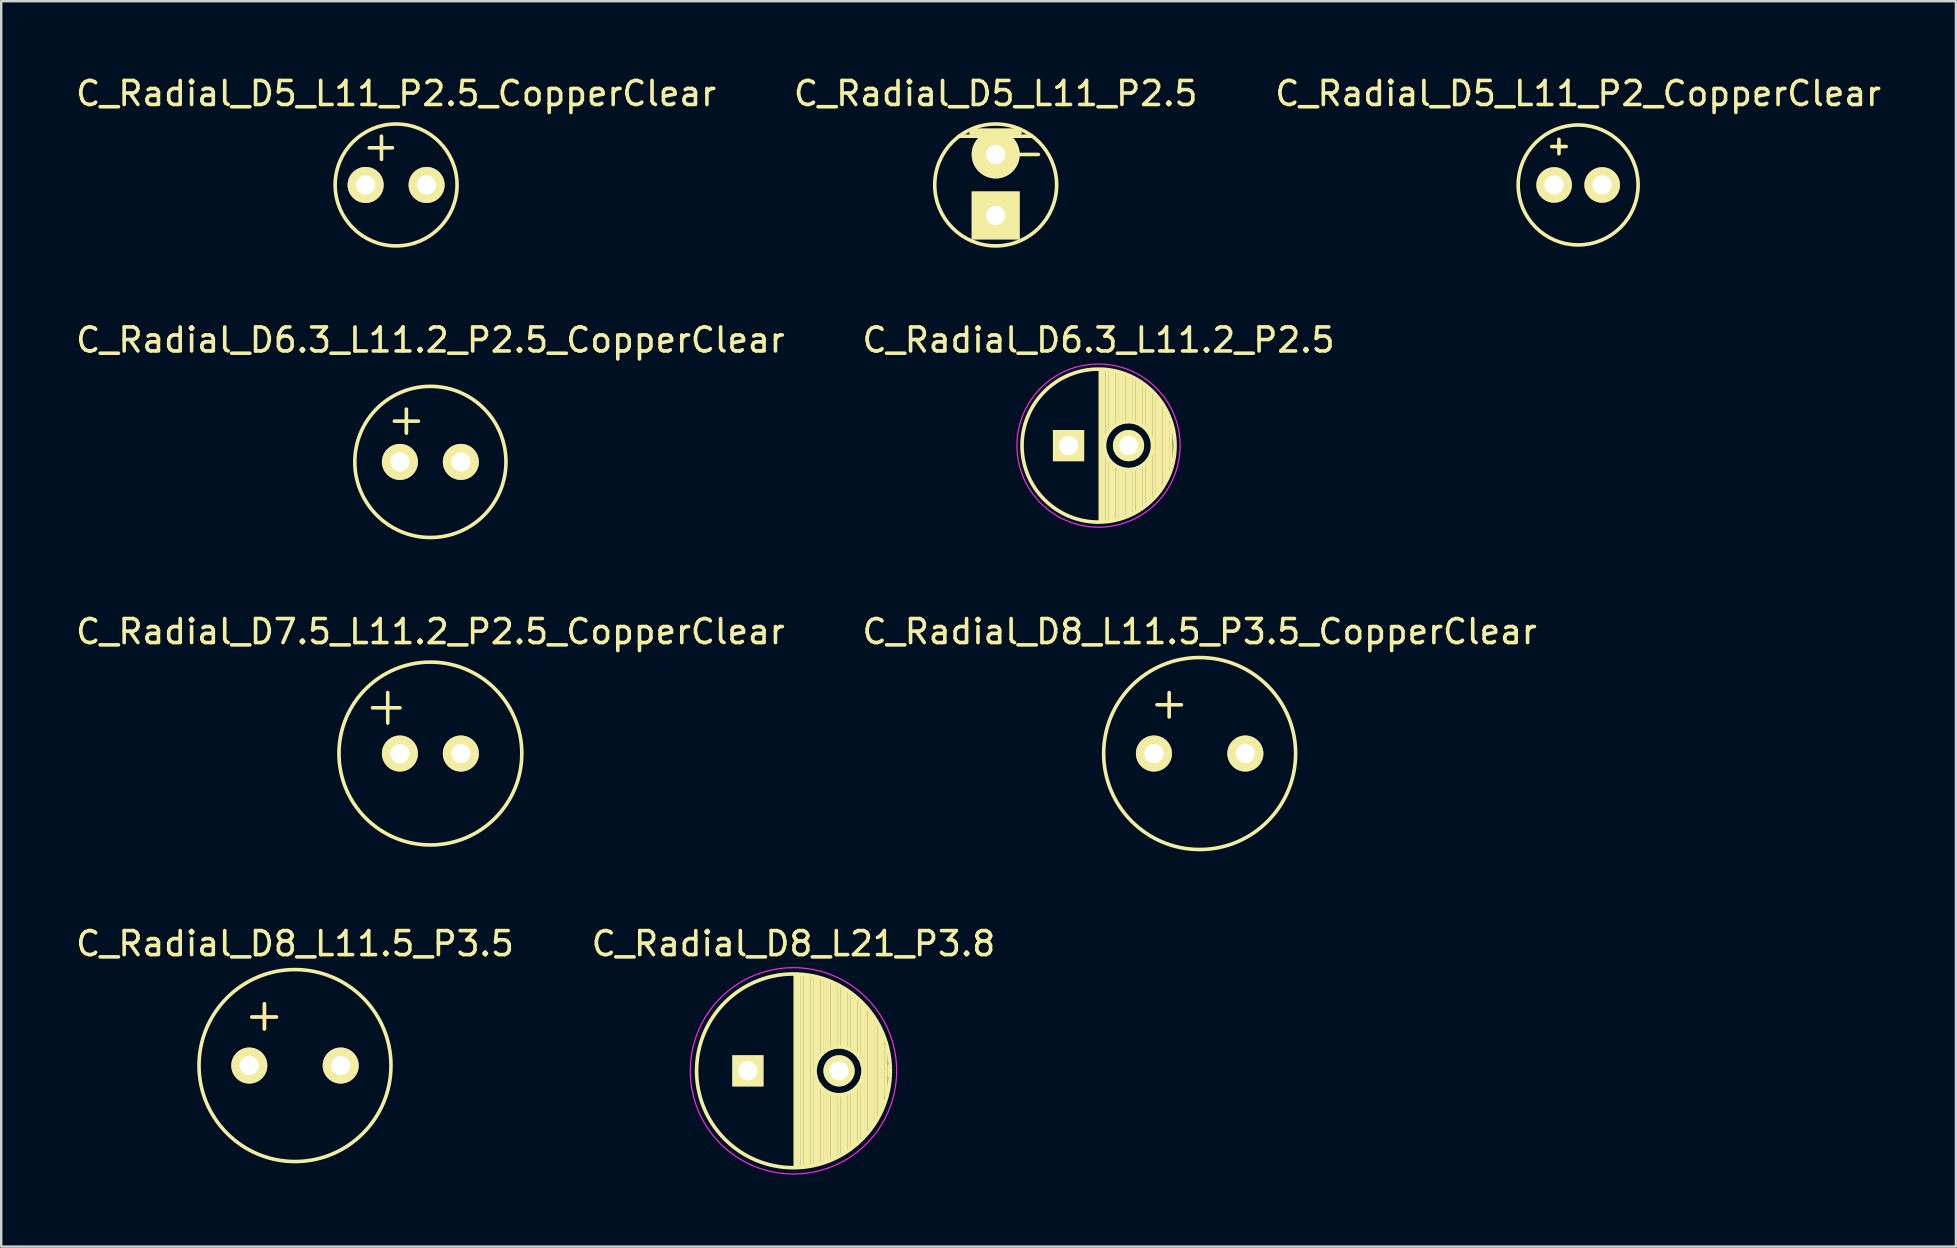
<source format=kicad_pcb>
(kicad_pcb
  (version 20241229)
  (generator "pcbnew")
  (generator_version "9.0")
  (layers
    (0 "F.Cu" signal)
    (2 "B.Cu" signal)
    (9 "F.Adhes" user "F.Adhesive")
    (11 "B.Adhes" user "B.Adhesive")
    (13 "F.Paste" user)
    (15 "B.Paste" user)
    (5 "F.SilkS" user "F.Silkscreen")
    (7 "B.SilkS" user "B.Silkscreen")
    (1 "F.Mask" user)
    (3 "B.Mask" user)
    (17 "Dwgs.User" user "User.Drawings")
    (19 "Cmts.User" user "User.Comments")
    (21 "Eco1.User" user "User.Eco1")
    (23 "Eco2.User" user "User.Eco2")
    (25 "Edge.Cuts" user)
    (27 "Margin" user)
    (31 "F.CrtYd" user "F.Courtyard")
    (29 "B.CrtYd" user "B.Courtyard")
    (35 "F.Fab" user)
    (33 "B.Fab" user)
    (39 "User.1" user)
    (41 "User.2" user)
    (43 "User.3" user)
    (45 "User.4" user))
  (footprint "C_Radial_D6.3_L11.2_P2.5"
    (layer "F.Cu")
    (at 41.482 15.521)
    (property "Reference" "C_Radial_D6.3_L11.2_P2.5" (at 1.25 -4.4 0) (layer "F.SilkS") (effects (font (size 1 1) (thickness 0.15))))
    (attr through_hole)
    (fp_line (start 1.325 -3.149) (end 1.325 3.149) (stroke (width 0.15) (type solid)) (layer "F.SilkS"))
    (fp_line (start 1.465 -3.143) (end 1.465 3.143) (stroke (width 0.15) (type solid)) (layer "F.SilkS"))
    (fp_line (start 1.605 -3.13) (end 1.605 -0.446) (stroke (width 0.15) (type solid)) (layer "F.SilkS"))
    (fp_line (start 1.605 0.446) (end 1.605 3.13) (stroke (width 0.15) (type solid)) (layer "F.SilkS"))
    (fp_line (start 1.745 -3.111) (end 1.745 -0.656) (stroke (width 0.15) (type solid)) (layer "F.SilkS"))
    (fp_line (start 1.745 0.656) (end 1.745 3.111) (stroke (width 0.15) (type solid)) (layer "F.SilkS"))
    (fp_line (start 1.885 -3.085) (end 1.885 -0.789) (stroke (width 0.15) (type solid)) (layer "F.SilkS"))
    (fp_line (start 1.885 0.789) (end 1.885 3.085) (stroke (width 0.15) (type solid)) (layer "F.SilkS"))
    (fp_line (start 2.025 -3.053) (end 2.025 -0.88) (stroke (width 0.15) (type solid)) (layer "F.SilkS"))
    (fp_line (start 2.025 0.88) (end 2.025 3.053) (stroke (width 0.15) (type solid)) (layer "F.SilkS"))
    (fp_line (start 2.165 -3.014) (end 2.165 -0.942) (stroke (width 0.15) (type solid)) (layer "F.SilkS"))
    (fp_line (start 2.165 0.942) (end 2.165 3.014) (stroke (width 0.15) (type solid)) (layer "F.SilkS"))
    (fp_line (start 2.305 -2.968) (end 2.305 -0.981) (stroke (width 0.15) (type solid)) (layer "F.SilkS"))
    (fp_line (start 2.305 0.981) (end 2.305 2.968) (stroke (width 0.15) (type solid)) (layer "F.SilkS"))
    (fp_line (start 2.445 -2.915) (end 2.445 -0.998) (stroke (width 0.15) (type solid)) (layer "F.SilkS"))
    (fp_line (start 2.445 0.998) (end 2.445 2.915) (stroke (width 0.15) (type solid)) (layer "F.SilkS"))
    (fp_line (start 2.585 -2.853) (end 2.585 -0.996) (stroke (width 0.15) (type solid)) (layer "F.SilkS"))
    (fp_line (start 2.585 0.996) (end 2.585 2.853) (stroke (width 0.15) (type solid)) (layer "F.SilkS"))
    (fp_line (start 2.725 -2.783) (end 2.725 -0.974) (stroke (width 0.15) (type solid)) (layer "F.SilkS"))
    (fp_line (start 2.725 0.974) (end 2.725 2.783) (stroke (width 0.15) (type solid)) (layer "F.SilkS"))
    (fp_line (start 2.865 -2.704) (end 2.865 -0.931) (stroke (width 0.15) (type solid)) (layer "F.SilkS"))
    (fp_line (start 2.865 0.931) (end 2.865 2.704) (stroke (width 0.15) (type solid)) (layer "F.SilkS"))
    (fp_line (start 3.005 -2.616) (end 3.005 -0.863) (stroke (width 0.15) (type solid)) (layer "F.SilkS"))
    (fp_line (start 3.005 0.863) (end 3.005 2.616) (stroke (width 0.15) (type solid)) (layer "F.SilkS"))
    (fp_line (start 3.145 -2.516) (end 3.145 -0.764) (stroke (width 0.15) (type solid)) (layer "F.SilkS"))
    (fp_line (start 3.145 0.764) (end 3.145 2.516) (stroke (width 0.15) (type solid)) (layer "F.SilkS"))
    (fp_line (start 3.285 -2.404) (end 3.285 -0.619) (stroke (width 0.15) (type solid)) (layer "F.SilkS"))
    (fp_line (start 3.285 0.619) (end 3.285 2.404) (stroke (width 0.15) (type solid)) (layer "F.SilkS"))
    (fp_line (start 3.425 -2.279) (end 3.425 -0.38) (stroke (width 0.15) (type solid)) (layer "F.SilkS"))
    (fp_line (start 3.425 0.38) (end 3.425 2.279) (stroke (width 0.15) (type solid)) (layer "F.SilkS"))
    (fp_line (start 3.565 -2.136) (end 3.565 2.136) (stroke (width 0.15) (type solid)) (layer "F.SilkS"))
    (fp_line (start 3.705 -1.974) (end 3.705 1.974) (stroke (width 0.15) (type solid)) (layer "F.SilkS"))
    (fp_line (start 3.845 -1.786) (end 3.845 1.786) (stroke (width 0.15) (type solid)) (layer "F.SilkS"))
    (fp_line (start 3.985 -1.563) (end 3.985 1.563) (stroke (width 0.15) (type solid)) (layer "F.SilkS"))
    (fp_line (start 4.125 -1.287) (end 4.125 1.287) (stroke (width 0.15) (type solid)) (layer "F.SilkS"))
    (fp_line (start 4.265 -0.912) (end 4.265 0.912) (stroke (width 0.15) (type solid)) (layer "F.SilkS"))
    (fp_circle (center 1.25 0) (end 1.25 -3.188) (stroke (width 0.15) (type solid)) (fill no) (layer "F.SilkS"))
    (fp_circle (center 2.5 0) (end 2.5 -1) (stroke (width 0.15) (type solid)) (fill no) (layer "F.SilkS"))
    (fp_circle (center 1.25 0) (end 1.25 -3.4) (stroke (width 0.05) (type solid)) (fill no) (layer "F.CrtYd"))
    (pad "1" thru_hole rect (at 0 0) (size 1.3 1.3) (drill 0.8) (layers "*.Cu" "*.Mask" "F.SilkS"))
    (pad "2" thru_hole circle (at 2.5 0) (size 1.3 1.3) (drill 0.8) (layers "*.Cu" "*.Mask" "F.SilkS")))
  (footprint "C_Radial_D6.3_L11.2_P2.5_CopperClear"
    (layer "F.Cu")
    (at 13.617 16.201)
    (property "Reference" "C_Radial_D6.3_L11.2_P2.5_CopperClear" (at 1.27 -5.08 0) (layer "F.SilkS") (effects (font (size 1 1) (thickness 0.15))))
    (attr through_hole)
    (fp_line (start -0.231 -1.699) (end 0.269 -1.699) (stroke (width 0.15) (type solid)) (layer "F.SilkS"))
    (fp_line (start 0.269 -1.699) (end 0.269 -2.2) (stroke (width 0.15) (type solid)) (layer "F.SilkS"))
    (fp_line (start 0.269 -1.699) (end 0.269 -1.3) (stroke (width 0.15) (type solid)) (layer "F.SilkS"))
    (fp_line (start 0.269 -1.699) (end 0.77 -1.699) (stroke (width 0.15) (type solid)) (layer "F.SilkS"))
    (fp_line (start 0.269 -1.3) (end 0.269 -1.199) (stroke (width 0.15) (type solid)) (layer "F.SilkS"))
    (fp_circle (center 1.27 0) (end 4.42 0) (stroke (width 0.15) (type solid)) (fill no) (layer "F.SilkS"))
    (pad "1" thru_hole circle (at 0 0) (size 1.501 1.501) (drill 0.8) (layers "*.Cu" "*.Mask" "F.SilkS"))
    (pad "2" thru_hole circle (at 2.54 0) (size 1.501 1.501) (drill 0.8) (layers "*.Cu" "*.Mask" "F.SilkS")))
  (footprint "C_Radial_D8_L11.5_P3.5_CopperClear"
    (layer "F.Cu")
    (at 45.041 28.354)
    (property "Reference" "C_Radial_D8_L11.5_P3.5_CopperClear" (at 1.905 -5.08 0) (layer "F.SilkS") (effects (font (size 1 1) (thickness 0.15))))
    (attr through_hole)
    (fp_line (start 0.127 -2.032) (end 1.143 -2.032) (stroke (width 0.15) (type solid)) (layer "F.SilkS"))
    (fp_line (start 0.635 -2.54) (end 0.635 -1.524) (stroke (width 0.15) (type solid)) (layer "F.SilkS"))
    (fp_circle (center 1.905 0) (end 5.905 0) (stroke (width 0.15) (type solid)) (fill no) (layer "F.SilkS"))
    (pad "1" thru_hole circle (at 0 0) (size 1.501 1.501) (drill 0.8) (layers "*.Cu" "*.Mask" "F.SilkS"))
    (pad "2" thru_hole circle (at 3.81 0) (size 1.501 1.501) (drill 0.8) (layers "*.Cu" "*.Mask" "F.SilkS")))
  (footprint "C_Radial_D5_L11_P2.5"
    (layer "F.Cu")
    (at 38.446 4.658)
    (property "Reference" "C_Radial_D5_L11_P2.5" (at 0 -3.81 0) (layer "F.SilkS") (effects (font (size 1 1) (thickness 0.15))))
    (attr through_hole)
    (fp_line (start -1.524 -2.032) (end 1.524 -2.032) (stroke (width 0.15) (type solid)) (layer "F.SilkS"))
    (fp_line (start -1.016 -2.286) (end -1.016 -2.159) (stroke (width 0.15) (type solid)) (layer "F.SilkS"))
    (fp_line (start -1.016 -2.159) (end 1.016 -2.159) (stroke (width 0.15) (type solid)) (layer "F.SilkS"))
    (fp_line (start 0.889 -1.27) (end 1.778 -1.27) (stroke (width 0.15) (type solid)) (layer "F.SilkS"))
    (fp_line (start 1.016 -2.286) (end -1.016 -2.286) (stroke (width 0.15) (type solid)) (layer "F.SilkS"))
    (fp_circle (center 0 0) (end -2.54 0) (stroke (width 0.15) (type solid)) (fill no) (layer "F.SilkS"))
    (pad "1" thru_hole rect (at 0 1.27) (size 1.999 1.999) (drill 0.8) (layers "*.Cu" "*.Mask" "F.SilkS"))
    (pad "2" thru_hole circle (at 0 -1.27) (size 1.999 1.999) (drill 0.8) (layers "*.Cu" "*.Mask" "F.SilkS")))
  (footprint "C_Radial_D5_L11_P2.5_CopperClear"
    (layer "F.Cu")
    (at 12.188 4.658)
    (property "Reference" "C_Radial_D5_L11_P2.5_CopperClear" (at 1.27 -3.81 0) (layer "F.SilkS") (effects (font (size 1 1) (thickness 0.15))))
    (attr through_hole)
    (fp_line (start 0.152 -1.549) (end 1.118 -1.549) (stroke (width 0.15) (type solid)) (layer "F.SilkS"))
    (fp_line (start 0.66 -2.032) (end 0.66 -1.067) (stroke (width 0.15) (type solid)) (layer "F.SilkS"))
    (fp_circle (center 1.27 0) (end 3.81 0) (stroke (width 0.15) (type solid)) (fill no) (layer "F.SilkS"))
    (pad "1" thru_hole circle (at 0 0) (size 1.501 1.501) (drill 0.8) (layers "*.Cu" "*.Mask" "F.SilkS"))
    (pad "2" thru_hole circle (at 2.54 0) (size 1.501 1.501) (drill 0.8) (layers "*.Cu" "*.Mask" "F.SilkS")))
  (footprint "C_Radial_D8_L21_P3.8"
    (layer "F.Cu")
    (at 28.118 41.578)
    (property "Reference" "C_Radial_D8_L21_P3.8" (at 1.9 -5.3 0) (layer "F.SilkS") (effects (font (size 1 1) (thickness 0.15))))
    (attr through_hole)
    (fp_line (start 1.975 -3.999) (end 1.975 3.999) (stroke (width 0.15) (type solid)) (layer "F.SilkS"))
    (fp_line (start 2.115 -3.994) (end 2.115 3.994) (stroke (width 0.15) (type solid)) (layer "F.SilkS"))
    (fp_line (start 2.255 -3.984) (end 2.255 3.984) (stroke (width 0.15) (type solid)) (layer "F.SilkS"))
    (fp_line (start 2.395 -3.969) (end 2.395 3.969) (stroke (width 0.15) (type solid)) (layer "F.SilkS"))
    (fp_line (start 2.535 -3.949) (end 2.535 3.949) (stroke (width 0.15) (type solid)) (layer "F.SilkS"))
    (fp_line (start 2.675 -3.924) (end 2.675 3.924) (stroke (width 0.15) (type solid)) (layer "F.SilkS"))
    (fp_line (start 2.815 -3.894) (end 2.815 -0.173) (stroke (width 0.15) (type solid)) (layer "F.SilkS"))
    (fp_line (start 2.815 0.173) (end 2.815 3.894) (stroke (width 0.15) (type solid)) (layer "F.SilkS"))
    (fp_line (start 2.955 -3.858) (end 2.955 -0.535) (stroke (width 0.15) (type solid)) (layer "F.SilkS"))
    (fp_line (start 2.955 0.535) (end 2.955 3.858) (stroke (width 0.15) (type solid)) (layer "F.SilkS"))
    (fp_line (start 3.095 -3.817) (end 3.095 -0.709) (stroke (width 0.15) (type solid)) (layer "F.SilkS"))
    (fp_line (start 3.095 0.709) (end 3.095 3.817) (stroke (width 0.15) (type solid)) (layer "F.SilkS"))
    (fp_line (start 3.235 -3.771) (end 3.235 -0.825) (stroke (width 0.15) (type solid)) (layer "F.SilkS"))
    (fp_line (start 3.235 0.825) (end 3.235 3.771) (stroke (width 0.15) (type solid)) (layer "F.SilkS"))
    (fp_line (start 3.375 -3.718) (end 3.375 -0.905) (stroke (width 0.15) (type solid)) (layer "F.SilkS"))
    (fp_line (start 3.375 0.905) (end 3.375 3.718) (stroke (width 0.15) (type solid)) (layer "F.SilkS"))
    (fp_line (start 3.515 -3.659) (end 3.515 -0.959) (stroke (width 0.15) (type solid)) (layer "F.SilkS"))
    (fp_line (start 3.515 0.959) (end 3.515 3.659) (stroke (width 0.15) (type solid)) (layer "F.SilkS"))
    (fp_line (start 3.655 -3.594) (end 3.655 -0.989) (stroke (width 0.15) (type solid)) (layer "F.SilkS"))
    (fp_line (start 3.655 0.989) (end 3.655 3.594) (stroke (width 0.15) (type solid)) (layer "F.SilkS"))
    (fp_line (start 3.795 -3.523) (end 3.795 -1) (stroke (width 0.15) (type solid)) (layer "F.SilkS"))
    (fp_line (start 3.795 1) (end 3.795 3.523) (stroke (width 0.15) (type solid)) (layer "F.SilkS"))
    (fp_line (start 3.935 -3.444) (end 3.935 -0.991) (stroke (width 0.15) (type solid)) (layer "F.SilkS"))
    (fp_line (start 3.935 0.991) (end 3.935 3.444) (stroke (width 0.15) (type solid)) (layer "F.SilkS"))
    (fp_line (start 4.075 -3.357) (end 4.075 -0.961) (stroke (width 0.15) (type solid)) (layer "F.SilkS"))
    (fp_line (start 4.075 0.961) (end 4.075 3.357) (stroke (width 0.15) (type solid)) (layer "F.SilkS"))
    (fp_line (start 4.215 -3.262) (end 4.215 -0.91) (stroke (width 0.15) (type solid)) (layer "F.SilkS"))
    (fp_line (start 4.215 0.91) (end 4.215 3.262) (stroke (width 0.15) (type solid)) (layer "F.SilkS"))
    (fp_line (start 4.355 -3.158) (end 4.355 -0.832) (stroke (width 0.15) (type solid)) (layer "F.SilkS"))
    (fp_line (start 4.355 0.832) (end 4.355 3.158) (stroke (width 0.15) (type solid)) (layer "F.SilkS"))
    (fp_line (start 4.495 -3.044) (end 4.495 -0.719) (stroke (width 0.15) (type solid)) (layer "F.SilkS"))
    (fp_line (start 4.495 0.719) (end 4.495 3.044) (stroke (width 0.15) (type solid)) (layer "F.SilkS"))
    (fp_line (start 4.635 -2.919) (end 4.635 -0.55) (stroke (width 0.15) (type solid)) (layer "F.SilkS"))
    (fp_line (start 4.635 0.55) (end 4.635 2.919) (stroke (width 0.15) (type solid)) (layer "F.SilkS"))
    (fp_line (start 4.775 -2.781) (end 4.775 -0.222) (stroke (width 0.15) (type solid)) (layer "F.SilkS"))
    (fp_line (start 4.775 0.222) (end 4.775 2.781) (stroke (width 0.15) (type solid)) (layer "F.SilkS"))
    (fp_line (start 4.915 -2.629) (end 4.915 2.629) (stroke (width 0.15) (type solid)) (layer "F.SilkS"))
    (fp_line (start 5.055 -2.459) (end 5.055 2.459) (stroke (width 0.15) (type solid)) (layer "F.SilkS"))
    (fp_line (start 5.195 -2.268) (end 5.195 2.268) (stroke (width 0.15) (type solid)) (layer "F.SilkS"))
    (fp_line (start 5.335 -2.05) (end 5.335 2.05) (stroke (width 0.15) (type solid)) (layer "F.SilkS"))
    (fp_line (start 5.475 -1.794) (end 5.475 1.794) (stroke (width 0.15) (type solid)) (layer "F.SilkS"))
    (fp_line (start 5.615 -1.483) (end 5.615 1.483) (stroke (width 0.15) (type solid)) (layer "F.SilkS"))
    (fp_line (start 5.755 -1.067) (end 5.755 1.067) (stroke (width 0.15) (type solid)) (layer "F.SilkS"))
    (fp_line (start 5.895 -0.2) (end 5.895 0.2) (stroke (width 0.15) (type solid)) (layer "F.SilkS"))
    (fp_circle (center 1.9 0) (end 1.9 -4.037) (stroke (width 0.15) (type solid)) (fill no) (layer "F.SilkS"))
    (fp_circle (center 3.8 0) (end 3.8 -1) (stroke (width 0.15) (type solid)) (fill no) (layer "F.SilkS"))
    (fp_circle (center 1.9 0) (end 1.9 -4.3) (stroke (width 0.05) (type solid)) (fill no) (layer "F.CrtYd"))
    (pad "1" thru_hole rect (at 0 0) (size 1.3 1.3) (drill 0.8) (layers "*.Cu" "*.Mask" "F.SilkS"))
    (pad "2" thru_hole circle (at 3.8 0) (size 1.3 1.3) (drill 0.8) (layers "*.Cu" "*.Mask" "F.SilkS")))
  (footprint "C_Radial_D7.5_L11.2_P2.5_CopperClear"
    (layer "F.Cu")
    (at 13.617 28.354)
    (property "Reference" "C_Radial_D7.5_L11.2_P2.5_CopperClear" (at 1.27 -5.08 0) (layer "F.SilkS") (effects (font (size 1 1) (thickness 0.15))))
    (attr through_hole)
    (fp_line (start -1.143 -1.905) (end 0 -1.905) (stroke (width 0.15) (type solid)) (layer "F.SilkS"))
    (fp_line (start -0.508 -2.54) (end -0.508 -1.27) (stroke (width 0.15) (type solid)) (layer "F.SilkS"))
    (fp_circle (center 1.27 0) (end 5.08 0) (stroke (width 0.15) (type solid)) (fill no) (layer "F.SilkS"))
    (pad "1" thru_hole circle (at 0 0) (size 1.501 1.501) (drill 0.8) (layers "*.Cu" "*.Mask" "F.SilkS"))
    (pad "2" thru_hole circle (at 2.54 0) (size 1.501 1.501) (drill 0.8) (layers "*.Cu" "*.Mask" "F.SilkS")))
  (footprint "C_Radial_D5_L11_P2_CopperClear"
    (layer "F.Cu")
    (at 61.704 4.658)
    (property "Reference" "C_Radial_D5_L11_P2_CopperClear" (at 1.016 -3.81 0) (layer "F.SilkS") (effects (font (size 1 1) (thickness 0.15))))
    (attr through_hole)
    (fp_line (start -0.084 -1.6) (end 0.216 -1.6) (stroke (width 0.15) (type solid)) (layer "F.SilkS"))
    (fp_line (start 0.216 -1.6) (end 0.216 -1.9) (stroke (width 0.15) (type solid)) (layer "F.SilkS"))
    (fp_line (start 0.216 -1.6) (end 0.216 -1.3) (stroke (width 0.15) (type solid)) (layer "F.SilkS"))
    (fp_line (start 0.216 -1.6) (end 0.516 -1.6) (stroke (width 0.15) (type solid)) (layer "F.SilkS"))
    (fp_circle (center 1.016 0) (end 3.515 0) (stroke (width 0.15) (type solid)) (fill no) (layer "F.SilkS"))
    (pad "1" thru_hole circle (at 0.015 0) (size 1.481 1.481) (drill 0.8) (layers "*.Cu" "*.Mask" "F.SilkS"))
    (pad "2" thru_hole circle (at 2.017 0) (size 1.481 1.481) (drill 0.8) (layers "*.Cu" "*.Mask" "F.SilkS")))
  (footprint "C_Radial_D8_L11.5_P3.5"
    (layer "F.Cu")
    (at 7.339 41.358)
    (property "Reference" "C_Radial_D8_L11.5_P3.5" (at 1.905 -5.08 0) (layer "F.SilkS") (effects (font (size 1 1) (thickness 0.15))))
    (attr through_hole)
    (fp_line (start 0.127 -2.032) (end 1.143 -2.032) (stroke (width 0.15) (type solid)) (layer "F.Cu"))
    (fp_line (start 0.635 -2.54) (end 0.635 -1.524) (stroke (width 0.15) (type solid)) (layer "F.Cu"))
    (fp_line (start 0.104 -2.024) (end 1.13 -2.024) (stroke (width 0.15) (type solid)) (layer "F.SilkS"))
    (fp_line (start 0.63 -2.576) (end 0.63 -1.524) (stroke (width 0.15) (type solid)) (layer "F.SilkS"))
    (fp_circle (center 1.905 0) (end 5.905 0) (stroke (width 0.15) (type solid)) (fill no) (layer "F.SilkS"))
    (pad "1" thru_hole circle (at 0 0) (size 1.501 1.501) (drill 0.8) (layers "*.Cu" "*.Mask" "F.SilkS"))
    (pad "2" thru_hole circle (at 3.81 0) (size 1.501 1.501) (drill 0.8) (layers "*.Cu" "*.Mask" "F.SilkS")))
  (gr_rect
    (start -3 -3)
    (end 78.464 48.903)
    (stroke (width 0.1) (type default))
    (fill no)
    (layer "Edge.Cuts")))
</source>
